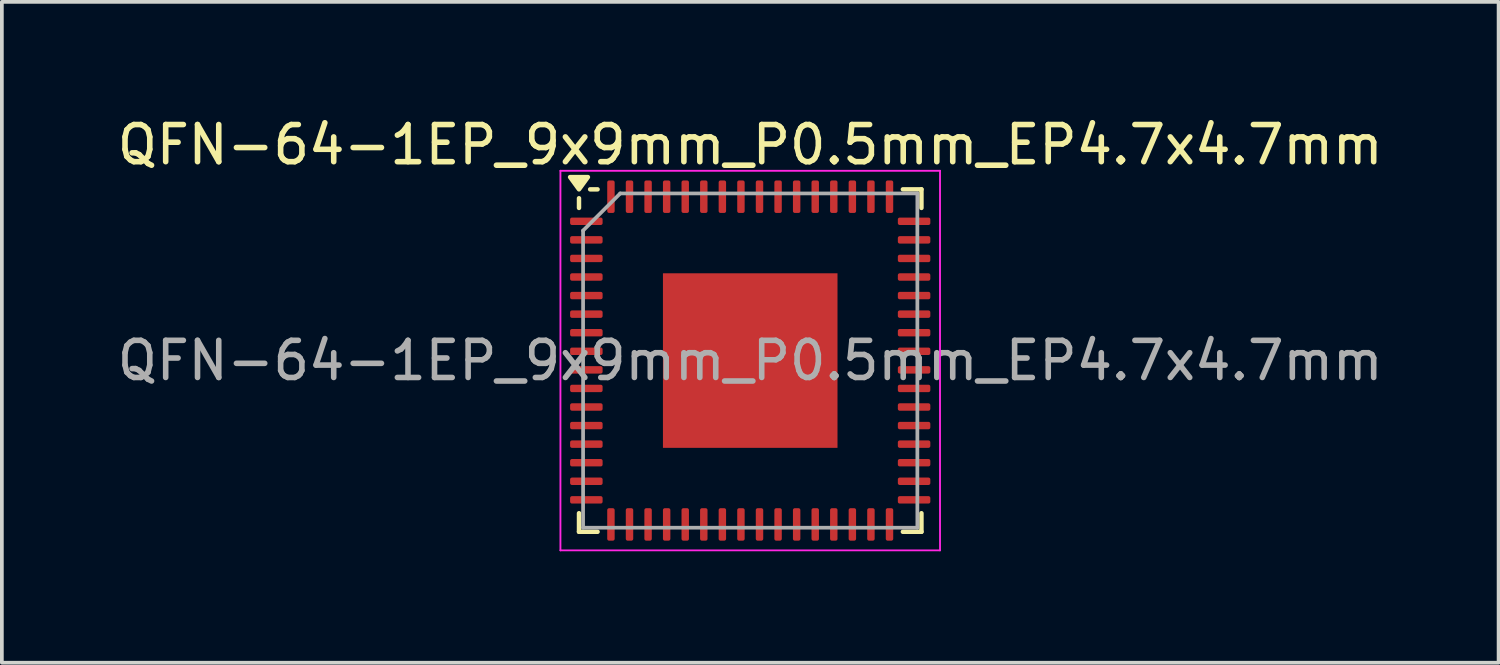
<source format=kicad_pcb>
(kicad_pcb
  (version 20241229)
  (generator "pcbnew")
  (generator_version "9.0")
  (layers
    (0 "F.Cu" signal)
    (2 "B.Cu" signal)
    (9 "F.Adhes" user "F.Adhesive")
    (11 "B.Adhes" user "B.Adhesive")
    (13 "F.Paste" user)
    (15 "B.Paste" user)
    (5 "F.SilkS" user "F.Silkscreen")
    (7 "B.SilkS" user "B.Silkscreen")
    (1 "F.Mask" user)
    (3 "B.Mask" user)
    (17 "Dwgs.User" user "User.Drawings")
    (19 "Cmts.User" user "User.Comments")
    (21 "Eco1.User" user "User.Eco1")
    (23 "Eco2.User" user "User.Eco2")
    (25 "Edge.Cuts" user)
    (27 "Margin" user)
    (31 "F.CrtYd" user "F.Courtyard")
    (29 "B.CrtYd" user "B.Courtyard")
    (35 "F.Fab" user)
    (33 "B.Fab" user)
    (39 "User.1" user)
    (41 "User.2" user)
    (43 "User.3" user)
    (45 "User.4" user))
  (footprint "QFN-64-1EP_9x9mm_P0.5mm_EP4.7x4.7mm"
    (layer "F.Cu")
    (at 17.149 6.658)
    (property "Reference" "QFN-64-1EP_9x9mm_P0.5mm_EP4.7x4.7mm" (at 0 -5.81 0) (layer "F.SilkS") (effects (font (size 1 1) (thickness 0.15))))
    (attr smd)
    (fp_line (start -4.61 -4.11) (end -4.61 -4.37) (stroke (width 0.12) (type solid)) (layer "F.SilkS"))
    (fp_line (start -4.61 4.61) (end -4.61 4.11) (stroke (width 0.12) (type solid)) (layer "F.SilkS"))
    (fp_line (start -4.11 -4.61) (end -4.31 -4.61) (stroke (width 0.12) (type solid)) (layer "F.SilkS"))
    (fp_line (start -4.11 4.61) (end -4.61 4.61) (stroke (width 0.12) (type solid)) (layer "F.SilkS"))
    (fp_line (start 4.11 -4.61) (end 4.61 -4.61) (stroke (width 0.12) (type solid)) (layer "F.SilkS"))
    (fp_line (start 4.11 4.61) (end 4.61 4.61) (stroke (width 0.12) (type solid)) (layer "F.SilkS"))
    (fp_line (start 4.61 -4.61) (end 4.61 -4.11) (stroke (width 0.12) (type solid)) (layer "F.SilkS"))
    (fp_line (start 4.61 4.61) (end 4.61 4.11) (stroke (width 0.12) (type solid)) (layer "F.SilkS"))
    (fp_poly (pts (xy -4.61 -4.61) (xy -4.85 -4.94) (xy -4.37 -4.94) (xy -4.61 -4.61)) (stroke (width 0.12) (type solid)) (fill yes) (layer "F.SilkS"))
    (fp_line (start -5.11 -5.11) (end -5.11 5.11) (stroke (width 0.05) (type solid)) (layer "F.CrtYd"))
    (fp_line (start -5.11 5.11) (end 5.11 5.11) (stroke (width 0.05) (type solid)) (layer "F.CrtYd"))
    (fp_line (start 5.11 -5.11) (end -5.11 -5.11) (stroke (width 0.05) (type solid)) (layer "F.CrtYd"))
    (fp_line (start 5.11 5.11) (end 5.11 -5.11) (stroke (width 0.05) (type solid)) (layer "F.CrtYd"))
    (fp_line (start -4.5 -3.5) (end -3.5 -4.5) (stroke (width 0.1) (type solid)) (layer "F.Fab"))
    (fp_line (start -4.5 4.5) (end -4.5 -3.5) (stroke (width 0.1) (type solid)) (layer "F.Fab"))
    (fp_line (start -3.5 -4.5) (end 4.5 -4.5) (stroke (width 0.1) (type solid)) (layer "F.Fab"))
    (fp_line (start 4.5 -4.5) (end 4.5 4.5) (stroke (width 0.1) (type solid)) (layer "F.Fab"))
    (fp_line (start 4.5 4.5) (end -4.5 4.5) (stroke (width 0.1) (type solid)) (layer "F.Fab"))
    (fp_text user "${REFERENCE}" (at 0 0 0) (layer "F.Fab") (effects (font (size 1 1) (thickness 0.15))))
    (pad "" smd roundrect (at -1.57 -1.57) (size 1.26 1.26) (layers "F.Paste") (roundrect_rratio 0.198))
    (pad "" smd roundrect (at -1.57 0) (size 1.26 1.26) (layers "F.Paste") (roundrect_rratio 0.198))
    (pad "" smd roundrect (at -1.57 1.57) (size 1.26 1.26) (layers "F.Paste") (roundrect_rratio 0.198))
    (pad "" smd roundrect (at 0 -1.57) (size 1.26 1.26) (layers "F.Paste") (roundrect_rratio 0.198))
    (pad "" smd roundrect (at 0 0) (size 1.26 1.26) (layers "F.Paste") (roundrect_rratio 0.198))
    (pad "" smd roundrect (at 0 1.57) (size 1.26 1.26) (layers "F.Paste") (roundrect_rratio 0.198))
    (pad "" smd roundrect (at 1.57 -1.57) (size 1.26 1.26) (layers "F.Paste") (roundrect_rratio 0.198))
    (pad "" smd roundrect (at 1.57 0) (size 1.26 1.26) (layers "F.Paste") (roundrect_rratio 0.198))
    (pad "" smd roundrect (at 1.57 1.57) (size 1.26 1.26) (layers "F.Paste") (roundrect_rratio 0.198))
    (pad "1" smd roundrect (at -4.412 -3.75) (size 0.875 0.2) (layers "F.Cu" "F.Mask" "F.Paste") (roundrect_rratio 0.25))
    (pad "2" smd roundrect (at -4.412 -3.25) (size 0.875 0.2) (layers "F.Cu" "F.Mask" "F.Paste") (roundrect_rratio 0.25))
    (pad "3" smd roundrect (at -4.412 -2.75) (size 0.875 0.2) (layers "F.Cu" "F.Mask" "F.Paste") (roundrect_rratio 0.25))
    (pad "4" smd roundrect (at -4.412 -2.25) (size 0.875 0.2) (layers "F.Cu" "F.Mask" "F.Paste") (roundrect_rratio 0.25))
    (pad "5" smd roundrect (at -4.412 -1.75) (size 0.875 0.2) (layers "F.Cu" "F.Mask" "F.Paste") (roundrect_rratio 0.25))
    (pad "6" smd roundrect (at -4.412 -1.25) (size 0.875 0.2) (layers "F.Cu" "F.Mask" "F.Paste") (roundrect_rratio 0.25))
    (pad "7" smd roundrect (at -4.412 -0.75) (size 0.875 0.2) (layers "F.Cu" "F.Mask" "F.Paste") (roundrect_rratio 0.25))
    (pad "8" smd roundrect (at -4.412 -0.25) (size 0.875 0.2) (layers "F.Cu" "F.Mask" "F.Paste") (roundrect_rratio 0.25))
    (pad "9" smd roundrect (at -4.412 0.25) (size 0.875 0.2) (layers "F.Cu" "F.Mask" "F.Paste") (roundrect_rratio 0.25))
    (pad "10" smd roundrect (at -4.412 0.75) (size 0.875 0.2) (layers "F.Cu" "F.Mask" "F.Paste") (roundrect_rratio 0.25))
    (pad "11" smd roundrect (at -4.412 1.25) (size 0.875 0.2) (layers "F.Cu" "F.Mask" "F.Paste") (roundrect_rratio 0.25))
    (pad "12" smd roundrect (at -4.412 1.75) (size 0.875 0.2) (layers "F.Cu" "F.Mask" "F.Paste") (roundrect_rratio 0.25))
    (pad "13" smd roundrect (at -4.412 2.25) (size 0.875 0.2) (layers "F.Cu" "F.Mask" "F.Paste") (roundrect_rratio 0.25))
    (pad "14" smd roundrect (at -4.412 2.75) (size 0.875 0.2) (layers "F.Cu" "F.Mask" "F.Paste") (roundrect_rratio 0.25))
    (pad "15" smd roundrect (at -4.412 3.25) (size 0.875 0.2) (layers "F.Cu" "F.Mask" "F.Paste") (roundrect_rratio 0.25))
    (pad "16" smd roundrect (at -4.412 3.75) (size 0.875 0.2) (layers "F.Cu" "F.Mask" "F.Paste") (roundrect_rratio 0.25))
    (pad "17" smd roundrect (at -3.75 4.412) (size 0.2 0.875) (layers "F.Cu" "F.Mask" "F.Paste") (roundrect_rratio 0.25))
    (pad "18" smd roundrect (at -3.25 4.412) (size 0.2 0.875) (layers "F.Cu" "F.Mask" "F.Paste") (roundrect_rratio 0.25))
    (pad "19" smd roundrect (at -2.75 4.412) (size 0.2 0.875) (layers "F.Cu" "F.Mask" "F.Paste") (roundrect_rratio 0.25))
    (pad "20" smd roundrect (at -2.25 4.412) (size 0.2 0.875) (layers "F.Cu" "F.Mask" "F.Paste") (roundrect_rratio 0.25))
    (pad "21" smd roundrect (at -1.75 4.412) (size 0.2 0.875) (layers "F.Cu" "F.Mask" "F.Paste") (roundrect_rratio 0.25))
    (pad "22" smd roundrect (at -1.25 4.412) (size 0.2 0.875) (layers "F.Cu" "F.Mask" "F.Paste") (roundrect_rratio 0.25))
    (pad "23" smd roundrect (at -0.75 4.412) (size 0.2 0.875) (layers "F.Cu" "F.Mask" "F.Paste") (roundrect_rratio 0.25))
    (pad "24" smd roundrect (at -0.25 4.412) (size 0.2 0.875) (layers "F.Cu" "F.Mask" "F.Paste") (roundrect_rratio 0.25))
    (pad "25" smd roundrect (at 0.25 4.412) (size 0.2 0.875) (layers "F.Cu" "F.Mask" "F.Paste") (roundrect_rratio 0.25))
    (pad "26" smd roundrect (at 0.75 4.412) (size 0.2 0.875) (layers "F.Cu" "F.Mask" "F.Paste") (roundrect_rratio 0.25))
    (pad "27" smd roundrect (at 1.25 4.412) (size 0.2 0.875) (layers "F.Cu" "F.Mask" "F.Paste") (roundrect_rratio 0.25))
    (pad "28" smd roundrect (at 1.75 4.412) (size 0.2 0.875) (layers "F.Cu" "F.Mask" "F.Paste") (roundrect_rratio 0.25))
    (pad "29" smd roundrect (at 2.25 4.412) (size 0.2 0.875) (layers "F.Cu" "F.Mask" "F.Paste") (roundrect_rratio 0.25))
    (pad "30" smd roundrect (at 2.75 4.412) (size 0.2 0.875) (layers "F.Cu" "F.Mask" "F.Paste") (roundrect_rratio 0.25))
    (pad "31" smd roundrect (at 3.25 4.412) (size 0.2 0.875) (layers "F.Cu" "F.Mask" "F.Paste") (roundrect_rratio 0.25))
    (pad "32" smd roundrect (at 3.75 4.412) (size 0.2 0.875) (layers "F.Cu" "F.Mask" "F.Paste") (roundrect_rratio 0.25))
    (pad "33" smd roundrect (at 4.412 3.75) (size 0.875 0.2) (layers "F.Cu" "F.Mask" "F.Paste") (roundrect_rratio 0.25))
    (pad "34" smd roundrect (at 4.412 3.25) (size 0.875 0.2) (layers "F.Cu" "F.Mask" "F.Paste") (roundrect_rratio 0.25))
    (pad "35" smd roundrect (at 4.412 2.75) (size 0.875 0.2) (layers "F.Cu" "F.Mask" "F.Paste") (roundrect_rratio 0.25))
    (pad "36" smd roundrect (at 4.412 2.25) (size 0.875 0.2) (layers "F.Cu" "F.Mask" "F.Paste") (roundrect_rratio 0.25))
    (pad "37" smd roundrect (at 4.412 1.75) (size 0.875 0.2) (layers "F.Cu" "F.Mask" "F.Paste") (roundrect_rratio 0.25))
    (pad "38" smd roundrect (at 4.412 1.25) (size 0.875 0.2) (layers "F.Cu" "F.Mask" "F.Paste") (roundrect_rratio 0.25))
    (pad "39" smd roundrect (at 4.412 0.75) (size 0.875 0.2) (layers "F.Cu" "F.Mask" "F.Paste") (roundrect_rratio 0.25))
    (pad "40" smd roundrect (at 4.412 0.25) (size 0.875 0.2) (layers "F.Cu" "F.Mask" "F.Paste") (roundrect_rratio 0.25))
    (pad "41" smd roundrect (at 4.412 -0.25) (size 0.875 0.2) (layers "F.Cu" "F.Mask" "F.Paste") (roundrect_rratio 0.25))
    (pad "42" smd roundrect (at 4.412 -0.75) (size 0.875 0.2) (layers "F.Cu" "F.Mask" "F.Paste") (roundrect_rratio 0.25))
    (pad "43" smd roundrect (at 4.412 -1.25) (size 0.875 0.2) (layers "F.Cu" "F.Mask" "F.Paste") (roundrect_rratio 0.25))
    (pad "44" smd roundrect (at 4.412 -1.75) (size 0.875 0.2) (layers "F.Cu" "F.Mask" "F.Paste") (roundrect_rratio 0.25))
    (pad "45" smd roundrect (at 4.412 -2.25) (size 0.875 0.2) (layers "F.Cu" "F.Mask" "F.Paste") (roundrect_rratio 0.25))
    (pad "46" smd roundrect (at 4.412 -2.75) (size 0.875 0.2) (layers "F.Cu" "F.Mask" "F.Paste") (roundrect_rratio 0.25))
    (pad "47" smd roundrect (at 4.412 -3.25) (size 0.875 0.2) (layers "F.Cu" "F.Mask" "F.Paste") (roundrect_rratio 0.25))
    (pad "48" smd roundrect (at 4.412 -3.75) (size 0.875 0.2) (layers "F.Cu" "F.Mask" "F.Paste") (roundrect_rratio 0.25))
    (pad "49" smd roundrect (at 3.75 -4.412) (size 0.2 0.875) (layers "F.Cu" "F.Mask" "F.Paste") (roundrect_rratio 0.25))
    (pad "50" smd roundrect (at 3.25 -4.412) (size 0.2 0.875) (layers "F.Cu" "F.Mask" "F.Paste") (roundrect_rratio 0.25))
    (pad "51" smd roundrect (at 2.75 -4.412) (size 0.2 0.875) (layers "F.Cu" "F.Mask" "F.Paste") (roundrect_rratio 0.25))
    (pad "52" smd roundrect (at 2.25 -4.412) (size 0.2 0.875) (layers "F.Cu" "F.Mask" "F.Paste") (roundrect_rratio 0.25))
    (pad "53" smd roundrect (at 1.75 -4.412) (size 0.2 0.875) (layers "F.Cu" "F.Mask" "F.Paste") (roundrect_rratio 0.25))
    (pad "54" smd roundrect (at 1.25 -4.412) (size 0.2 0.875) (layers "F.Cu" "F.Mask" "F.Paste") (roundrect_rratio 0.25))
    (pad "55" smd roundrect (at 0.75 -4.412) (size 0.2 0.875) (layers "F.Cu" "F.Mask" "F.Paste") (roundrect_rratio 0.25))
    (pad "56" smd roundrect (at 0.25 -4.412) (size 0.2 0.875) (layers "F.Cu" "F.Mask" "F.Paste") (roundrect_rratio 0.25))
    (pad "57" smd roundrect (at -0.25 -4.412) (size 0.2 0.875) (layers "F.Cu" "F.Mask" "F.Paste") (roundrect_rratio 0.25))
    (pad "58" smd roundrect (at -0.75 -4.412) (size 0.2 0.875) (layers "F.Cu" "F.Mask" "F.Paste") (roundrect_rratio 0.25))
    (pad "59" smd roundrect (at -1.25 -4.412) (size 0.2 0.875) (layers "F.Cu" "F.Mask" "F.Paste") (roundrect_rratio 0.25))
    (pad "60" smd roundrect (at -1.75 -4.412) (size 0.2 0.875) (layers "F.Cu" "F.Mask" "F.Paste") (roundrect_rratio 0.25))
    (pad "61" smd roundrect (at -2.25 -4.412) (size 0.2 0.875) (layers "F.Cu" "F.Mask" "F.Paste") (roundrect_rratio 0.25))
    (pad "62" smd roundrect (at -2.75 -4.412) (size 0.2 0.875) (layers "F.Cu" "F.Mask" "F.Paste") (roundrect_rratio 0.25))
    (pad "63" smd roundrect (at -3.25 -4.412) (size 0.2 0.875) (layers "F.Cu" "F.Mask" "F.Paste") (roundrect_rratio 0.25))
    (pad "64" smd roundrect (at -3.75 -4.412) (size 0.2 0.875) (layers "F.Cu" "F.Mask" "F.Paste") (roundrect_rratio 0.25))
    (pad "65" smd rect (at 0 0) (size 4.7 4.7) (property pad_prop_heatsink) (layers "F.Cu" "F.Mask")))
  (gr_rect
    (start -3 -3)
    (end 37.298 14.793)
    (stroke (width 0.1) (type default))
    (fill no)
    (layer "Edge.Cuts")))
</source>
